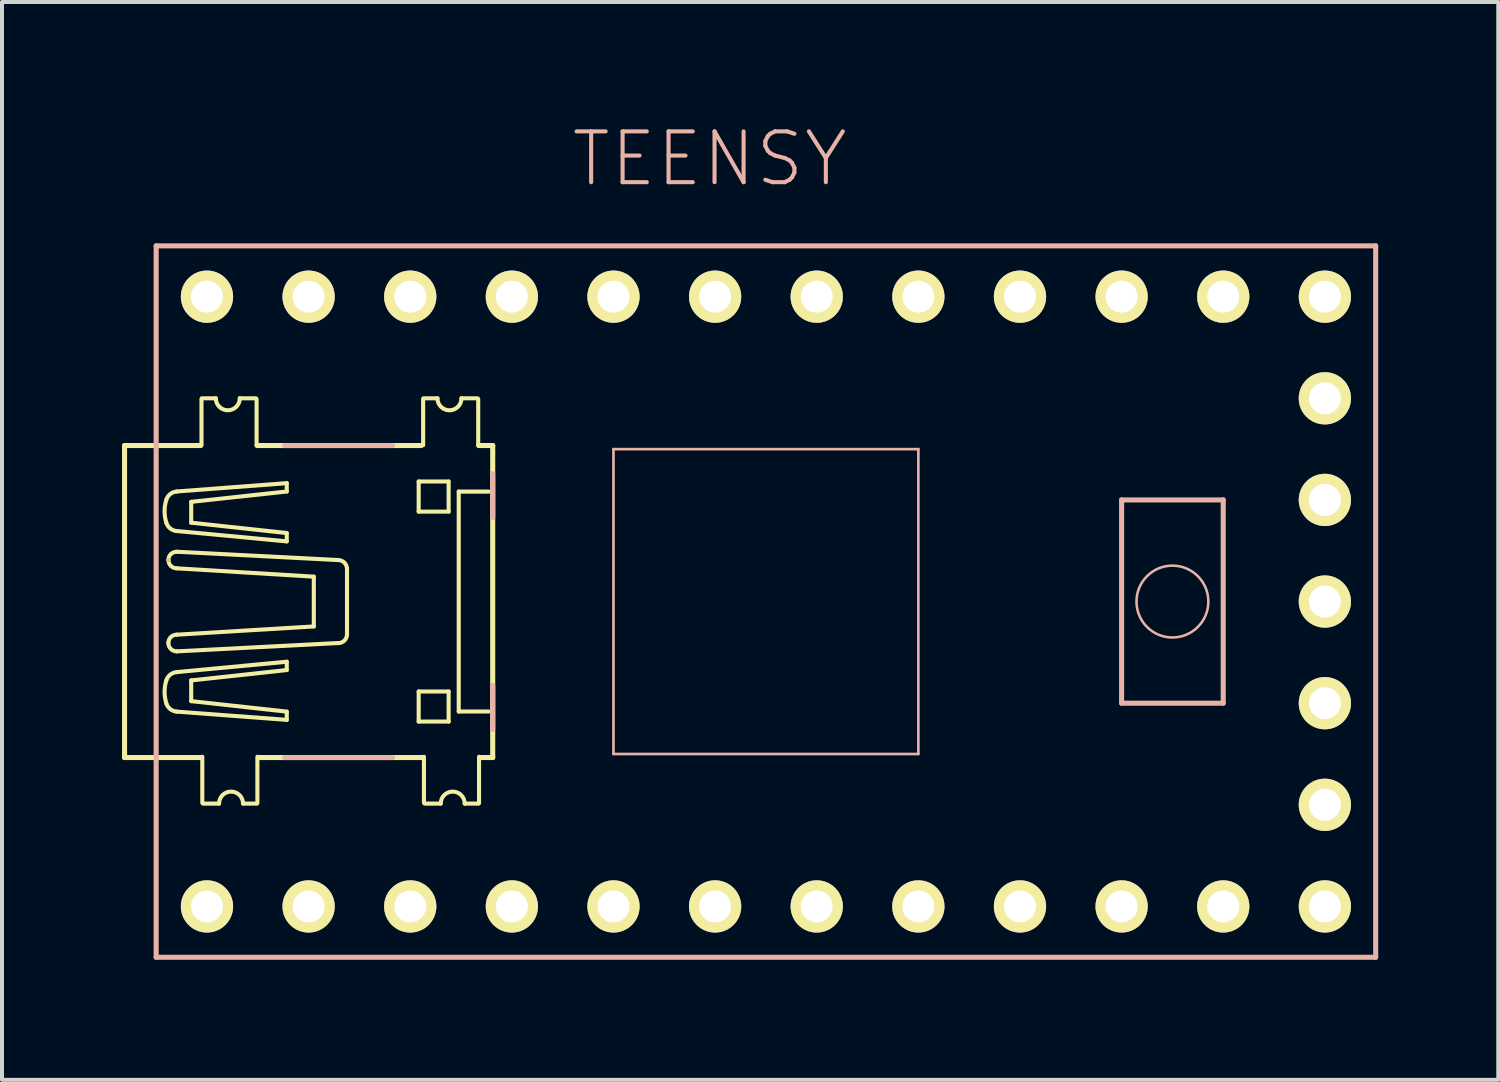
<source format=kicad_pcb>
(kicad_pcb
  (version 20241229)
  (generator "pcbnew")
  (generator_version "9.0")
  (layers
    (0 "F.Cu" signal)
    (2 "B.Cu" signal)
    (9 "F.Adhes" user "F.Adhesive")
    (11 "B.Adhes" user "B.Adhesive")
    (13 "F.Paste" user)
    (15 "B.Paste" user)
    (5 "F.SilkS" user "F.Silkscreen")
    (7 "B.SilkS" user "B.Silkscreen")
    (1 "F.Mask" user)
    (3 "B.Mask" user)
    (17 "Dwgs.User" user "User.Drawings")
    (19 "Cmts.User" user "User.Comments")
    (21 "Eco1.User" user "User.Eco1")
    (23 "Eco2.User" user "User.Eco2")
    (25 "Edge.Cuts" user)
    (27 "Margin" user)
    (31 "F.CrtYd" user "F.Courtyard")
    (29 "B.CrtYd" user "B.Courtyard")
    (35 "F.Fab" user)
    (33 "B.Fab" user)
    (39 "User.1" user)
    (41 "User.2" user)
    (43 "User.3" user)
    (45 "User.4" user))
  (footprint "TEENSY"
    (layer "F.Cu")
    (at 14.823 11.985)
    (property "Reference" "TEENSY" (at -0.135 -11.064 0) (layer "B.SilkS") (effects (font (size 1.27 1.27) (thickness 0.102))))
    (attr exclude_from_pos_files exclude_from_bom)
    (fp_line (start -14.76 -3.899) (end -14.76 3.899) (stroke (width 0.127) (type solid)) (layer "F.SilkS"))
    (fp_line (start -14.76 -3.899) (end -12.857 -3.899) (stroke (width 0.127) (type solid)) (layer "F.SilkS"))
    (fp_line (start -14.76 3.899) (end -12.857 3.899) (stroke (width 0.127) (type solid)) (layer "F.SilkS"))
    (fp_line (start -13.457 -1.763) (end -10.706 -1.504) (stroke (width 0.102) (type solid)) (layer "F.SilkS"))
    (fp_line (start -13.457 -1.245) (end -9.408 -1.036) (stroke (width 0.102) (type solid)) (layer "F.SilkS"))
    (fp_line (start -13.457 -0.831) (end -10.03 -0.622) (stroke (width 0.102) (type solid)) (layer "F.SilkS"))
    (fp_line (start -13.457 0.828) (end -10.03 0.622) (stroke (width 0.102) (type solid)) (layer "F.SilkS"))
    (fp_line (start -13.457 1.245) (end -9.408 1.036) (stroke (width 0.102) (type solid)) (layer "F.SilkS"))
    (fp_line (start -13.457 1.763) (end -10.706 1.504) (stroke (width 0.102) (type solid)) (layer "F.SilkS"))
    (fp_line (start -13.094 -2.492) (end -10.706 -2.751) (stroke (width 0.102) (type solid)) (layer "F.SilkS"))
    (fp_line (start -13.094 -1.971) (end -13.094 -2.492) (stroke (width 0.102) (type solid)) (layer "F.SilkS"))
    (fp_line (start -13.094 1.971) (end -13.094 2.489) (stroke (width 0.102) (type solid)) (layer "F.SilkS"))
    (fp_line (start -13.094 2.489) (end -10.706 2.751) (stroke (width 0.102) (type solid)) (layer "F.SilkS"))
    (fp_line (start -12.837 -3.909) (end -12.837 -5.06) (stroke (width 0.102) (type solid)) (layer "F.SilkS"))
    (fp_line (start -12.83 -5.08) (end -12.479 -5.08) (stroke (width 0.102) (type solid)) (layer "F.SilkS"))
    (fp_line (start -12.817 5.029) (end -12.817 3.879) (stroke (width 0.102) (type solid)) (layer "F.SilkS"))
    (fp_line (start -12.799 5.05) (end -12.398 5.05) (stroke (width 0.102) (type solid)) (layer "F.SilkS"))
    (fp_line (start -11.478 -5.08) (end -11.88 -5.08) (stroke (width 0.102) (type solid)) (layer "F.SilkS"))
    (fp_line (start -11.46 -5.06) (end -11.46 -3.909) (stroke (width 0.102) (type solid)) (layer "F.SilkS"))
    (fp_line (start -11.448 -3.899) (end -7.348 -3.899) (stroke (width 0.127) (type solid)) (layer "F.SilkS"))
    (fp_line (start -11.448 5.05) (end -11.798 5.05) (stroke (width 0.102) (type solid)) (layer "F.SilkS"))
    (fp_line (start -11.44 3.879) (end -11.44 5.029) (stroke (width 0.102) (type solid)) (layer "F.SilkS"))
    (fp_line (start -11.4 3.899) (end -7.3 3.899) (stroke (width 0.127) (type solid)) (layer "F.SilkS"))
    (fp_line (start -10.706 -2.959) (end -13.457 -2.751) (stroke (width 0.102) (type solid)) (layer "F.SilkS"))
    (fp_line (start -10.706 -2.751) (end -10.706 -2.959) (stroke (width 0.102) (type solid)) (layer "F.SilkS"))
    (fp_line (start -10.706 -1.712) (end -13.094 -1.971) (stroke (width 0.102) (type solid)) (layer "F.SilkS"))
    (fp_line (start -10.706 -1.504) (end -10.706 -1.712) (stroke (width 0.102) (type solid)) (layer "F.SilkS"))
    (fp_line (start -10.706 1.504) (end -10.706 1.712) (stroke (width 0.102) (type solid)) (layer "F.SilkS"))
    (fp_line (start -10.706 1.712) (end -13.094 1.971) (stroke (width 0.102) (type solid)) (layer "F.SilkS"))
    (fp_line (start -10.706 2.751) (end -10.706 2.957) (stroke (width 0.102) (type solid)) (layer "F.SilkS"))
    (fp_line (start -10.706 2.957) (end -13.457 2.751) (stroke (width 0.102) (type solid)) (layer "F.SilkS"))
    (fp_line (start -10.03 0.622) (end -10.03 -0.622) (stroke (width 0.102) (type solid)) (layer "F.SilkS"))
    (fp_line (start -9.2 0.828) (end -9.2 -0.831) (stroke (width 0.102) (type solid)) (layer "F.SilkS"))
    (fp_line (start -7.409 -3) (end -6.66 -3) (stroke (width 0.102) (type solid)) (layer "F.SilkS"))
    (fp_line (start -7.409 -2.248) (end -7.409 -3) (stroke (width 0.102) (type solid)) (layer "F.SilkS"))
    (fp_line (start -7.409 2.248) (end -7.409 3) (stroke (width 0.102) (type solid)) (layer "F.SilkS"))
    (fp_line (start -7.409 3) (end -6.66 3) (stroke (width 0.102) (type solid)) (layer "F.SilkS"))
    (fp_line (start -7.297 -3.909) (end -7.297 -5.06) (stroke (width 0.102) (type solid)) (layer "F.SilkS"))
    (fp_line (start -7.29 -5.08) (end -6.939 -5.08) (stroke (width 0.102) (type solid)) (layer "F.SilkS"))
    (fp_line (start -7.277 5.029) (end -7.277 3.879) (stroke (width 0.102) (type solid)) (layer "F.SilkS"))
    (fp_line (start -7.259 5.05) (end -6.858 5.05) (stroke (width 0.102) (type solid)) (layer "F.SilkS"))
    (fp_line (start -6.66 -3) (end -6.66 -2.248) (stroke (width 0.102) (type solid)) (layer "F.SilkS"))
    (fp_line (start -6.66 -2.248) (end -7.409 -2.248) (stroke (width 0.102) (type solid)) (layer "F.SilkS"))
    (fp_line (start -6.66 2.248) (end -7.409 2.248) (stroke (width 0.102) (type solid)) (layer "F.SilkS"))
    (fp_line (start -6.66 3) (end -6.66 2.248) (stroke (width 0.102) (type solid)) (layer "F.SilkS"))
    (fp_line (start -6.408 -2.748) (end -6.408 2.748) (stroke (width 0.102) (type solid)) (layer "F.SilkS"))
    (fp_line (start -6.408 2.748) (end -5.659 2.748) (stroke (width 0.102) (type solid)) (layer "F.SilkS"))
    (fp_line (start -5.939 -5.08) (end -6.34 -5.08) (stroke (width 0.102) (type solid)) (layer "F.SilkS"))
    (fp_line (start -5.921 -5.06) (end -5.921 -3.909) (stroke (width 0.102) (type solid)) (layer "F.SilkS"))
    (fp_line (start -5.908 5.05) (end -6.259 5.05) (stroke (width 0.102) (type solid)) (layer "F.SilkS"))
    (fp_line (start -5.9 3.879) (end -5.9 5.029) (stroke (width 0.102) (type solid)) (layer "F.SilkS"))
    (fp_line (start -5.659 -2.748) (end -6.408 -2.748) (stroke (width 0.102) (type solid)) (layer "F.SilkS"))
    (fp_line (start -5.558 -3.899) (end -5.908 -3.899) (stroke (width 0.127) (type solid)) (layer "F.SilkS"))
    (fp_line (start -5.558 -3.899) (end -5.558 3.899) (stroke (width 0.127) (type solid)) (layer "F.SilkS"))
    (fp_line (start -5.558 3.899) (end -5.86 3.899) (stroke (width 0.127) (type solid)) (layer "F.SilkS"))
    (fp_arc (start -13.716 -2.54254) (mid -13.618304 -2.686403) (end -13.456527 -2.750193) (stroke (width 0.1016) (type solid)) (layer "F.SilkS"))
    (fp_arc (start -13.716 -1.97104) (mid -13.759296 -2.255382) (end -13.717566 -2.539958) (stroke (width 0.1016) (type solid)) (layer "F.SilkS"))
    (fp_arc (start -13.716 1.97104) (mid -13.618304 1.827177) (end -13.456527 1.763387) (stroke (width 0.1016) (type solid)) (layer "F.SilkS"))
    (fp_arc (start -13.716 2.54254) (mid -13.759296 2.258198) (end -13.717566 1.973622) (stroke (width 0.1016) (type solid)) (layer "F.SilkS"))
    (fp_arc (start -13.6652 -1.03632) (mid -13.604196 -1.183596) (end -13.45692 -1.2446) (stroke (width 0.1016) (type solid)) (layer "F.SilkS"))
    (fp_arc (start -13.6652 1.03632) (mid -13.604196 0.889044) (end -13.45692 0.82804) (stroke (width 0.1016) (type solid)) (layer "F.SilkS"))
    (fp_arc (start -13.45692 -1.76276) (mid -13.618982 -1.826881) (end -13.716727 -1.971177) (stroke (width 0.1016) (type solid)) (layer "F.SilkS"))
    (fp_arc (start -13.45692 -0.83058) (mid -13.6024 -0.89084) (end -13.66266 -1.03632) (stroke (width 0.1016) (type solid)) (layer "F.SilkS"))
    (fp_arc (start -13.45692 1.2446) (mid -13.604196 1.183596) (end -13.6652 1.03632) (stroke (width 0.1016) (type solid)) (layer "F.SilkS"))
    (fp_arc (start -13.45692 2.75082) (mid -13.618982 2.686699) (end -13.716727 2.542403) (stroke (width 0.1016) (type solid)) (layer "F.SilkS"))
    (fp_arc (start -12.39774 5.04952) (mid -12.09802 4.7498) (end -11.7983 5.04952) (stroke (width 0.1016) (type solid)) (layer "F.SilkS"))
    (fp_arc (start -11.87958 -5.08) (mid -12.1793 -4.78028) (end -12.47902 -5.08) (stroke (width 0.1016) (type solid)) (layer "F.SilkS"))
    (fp_arc (start -9.40816 -1.03632) (mid -9.26566 -0.972121) (end -9.202346 -0.829227) (stroke (width 0.1016) (type solid)) (layer "F.SilkS"))
    (fp_arc (start -9.19988 0.82804) (mid -9.263032 0.972882) (end -9.40671 1.03864) (stroke (width 0.1016) (type solid)) (layer "F.SilkS"))
    (fp_arc (start -6.858 5.04952) (mid -6.55828 4.7498) (end -6.25856 5.04952) (stroke (width 0.1016) (type solid)) (layer "F.SilkS"))
    (fp_arc (start -6.33984 -5.08) (mid -6.63956 -4.78028) (end -6.93928 -5.08) (stroke (width 0.1016) (type solid)) (layer "F.SilkS"))
    (fp_line (start -13.97 -8.89) (end 16.51 -8.89) (stroke (width 0.127) (type solid)) (layer "B.SilkS"))
    (fp_line (start -13.97 8.89) (end -13.97 -8.89) (stroke (width 0.127) (type solid)) (layer "B.SilkS"))
    (fp_line (start -13.665 -1.036) (end -13.665 -1.036) (stroke (width 0.102) (type solid)) (layer "B.SilkS"))
    (fp_line (start -10.759 -3.899) (end -8.059 -3.899) (stroke (width 0.127) (type solid)) (layer "B.SilkS"))
    (fp_line (start -8.059 3.899) (end -10.759 3.899) (stroke (width 0.127) (type solid)) (layer "B.SilkS"))
    (fp_line (start -5.558 -3.198) (end -5.558 -2.098) (stroke (width 0.127) (type solid)) (layer "B.SilkS"))
    (fp_line (start -5.558 2.098) (end -5.558 3.198) (stroke (width 0.127) (type solid)) (layer "B.SilkS"))
    (fp_line (start -2.54 -3.81) (end 5.08 -3.81) (stroke (width 0.066) (type solid)) (layer "B.SilkS"))
    (fp_line (start -2.54 3.81) (end -2.54 -3.81) (stroke (width 0.066) (type solid)) (layer "B.SilkS"))
    (fp_line (start -2.54 3.81) (end 5.08 3.81) (stroke (width 0.066) (type solid)) (layer "B.SilkS"))
    (fp_line (start 5.08 3.81) (end 5.08 -3.81) (stroke (width 0.066) (type solid)) (layer "B.SilkS"))
    (fp_line (start 10.16 -2.54) (end 12.7 -2.54) (stroke (width 0.127) (type solid)) (layer "B.SilkS"))
    (fp_line (start 10.16 2.54) (end 10.16 -2.54) (stroke (width 0.127) (type solid)) (layer "B.SilkS"))
    (fp_line (start 12.7 -2.54) (end 12.7 2.54) (stroke (width 0.127) (type solid)) (layer "B.SilkS"))
    (fp_line (start 12.7 2.54) (end 10.16 2.54) (stroke (width 0.127) (type solid)) (layer "B.SilkS"))
    (fp_line (start 16.51 -8.89) (end 16.51 8.89) (stroke (width 0.127) (type solid)) (layer "B.SilkS"))
    (fp_line (start 16.51 8.89) (end -13.97 8.89) (stroke (width 0.127) (type solid)) (layer "B.SilkS"))
    (fp_circle (center 11.43 0) (end 12.065 0.635) (stroke (width 0.064) (type solid)) (fill no) (layer "B.SilkS"))
    (pad "B0" thru_hole circle (at -10.16 7.62) (size 1.306 1.306) (drill 0.798) (layers "*.Cu" "F.Mask" "F.SilkS" "F.Paste"))
    (pad "B1" thru_hole circle (at -7.62 7.62) (size 1.306 1.306) (drill 0.798) (layers "*.Cu" "F.Mask" "F.SilkS" "F.Paste"))
    (pad "B2" thru_hole circle (at -5.08 7.62) (size 1.306 1.306) (drill 0.798) (layers "*.Cu" "F.Mask" "F.SilkS" "F.Paste"))
    (pad "B3" thru_hole circle (at -2.54 7.62) (size 1.306 1.306) (drill 0.798) (layers "*.Cu" "F.Mask" "F.SilkS" "F.Paste"))
    (pad "B4" thru_hole circle (at 10.16 -7.62) (size 1.306 1.306) (drill 0.798) (layers "*.Cu" "F.Mask" "F.SilkS" "F.Paste"))
    (pad "B5" thru_hole circle (at 7.62 -7.62) (size 1.306 1.306) (drill 0.798) (layers "*.Cu" "F.Mask" "F.SilkS" "F.Paste"))
    (pad "B6" thru_hole circle (at 5.08 -7.62) (size 1.306 1.306) (drill 0.798) (layers "*.Cu" "F.Mask" "F.SilkS" "F.Paste"))
    (pad "B7" thru_hole circle (at 0 7.62) (size 1.306 1.306) (drill 0.798) (layers "*.Cu" "F.Mask" "F.SilkS" "F.Paste"))
    (pad "C6" thru_hole circle (at 12.7 7.62) (size 1.306 1.306) (drill 0.798) (layers "*.Cu" "F.Mask" "F.SilkS" "F.Paste"))
    (pad "C7" thru_hole circle (at 15.24 7.62) (size 1.306 1.306) (drill 0.798) (layers "*.Cu" "F.Mask" "F.SilkS" "F.Paste"))
    (pad "D0" thru_hole circle (at 2.54 7.62) (size 1.306 1.306) (drill 0.798) (layers "*.Cu" "F.Mask" "F.SilkS" "F.Paste"))
    (pad "D1" thru_hole circle (at 5.08 7.62) (size 1.306 1.306) (drill 0.798) (layers "*.Cu" "F.Mask" "F.SilkS" "F.Paste"))
    (pad "D2" thru_hole circle (at 7.62 7.62) (size 1.306 1.306) (drill 0.798) (layers "*.Cu" "F.Mask" "F.SilkS" "F.Paste"))
    (pad "D3" thru_hole circle (at 10.16 7.62) (size 1.306 1.306) (drill 0.798) (layers "*.Cu" "F.Mask" "F.SilkS" "F.Paste"))
    (pad "D4" thru_hole circle (at 15.24 -5.08) (size 1.306 1.306) (drill 0.798) (layers "*.Cu" "F.Mask" "F.SilkS" "F.Paste"))
    (pad "D5" thru_hole circle (at 15.24 5.08) (size 1.306 1.306) (drill 0.798) (layers "*.Cu" "F.Mask" "F.SilkS" "F.Paste"))
    (pad "D6" thru_hole circle (at 15.24 -7.62) (size 1.306 1.306) (drill 0.798) (layers "*.Cu" "F.Mask" "F.SilkS" "F.Paste"))
    (pad "D7" thru_hole circle (at 12.7 -7.62) (size 1.306 1.306) (drill 0.798) (layers "*.Cu" "F.Mask" "F.SilkS" "F.Paste"))
    (pad "F0" thru_hole circle (at -10.16 -7.62) (size 1.306 1.306) (drill 0.798) (layers "*.Cu" "F.Mask" "F.SilkS" "F.Paste"))
    (pad "F1" thru_hole circle (at -7.62 -7.62) (size 1.306 1.306) (drill 0.798) (layers "*.Cu" "F.Mask" "F.SilkS" "F.Paste"))
    (pad "F4" thru_hole circle (at -5.08 -7.62) (size 1.306 1.306) (drill 0.798) (layers "*.Cu" "F.Mask" "F.SilkS" "F.Paste"))
    (pad "F5" thru_hole circle (at -2.54 -7.62) (size 1.306 1.306) (drill 0.798) (layers "*.Cu" "F.Mask" "F.SilkS" "F.Paste"))
    (pad "F6" thru_hole circle (at 0 -7.62) (size 1.306 1.306) (drill 0.798) (layers "*.Cu" "F.Mask" "F.SilkS" "F.Paste"))
    (pad "F7" thru_hole circle (at 2.54 -7.62) (size 1.306 1.306) (drill 0.798) (layers "*.Cu" "F.Mask" "F.SilkS" "F.Paste"))
    (pad "GND" thru_hole circle (at -12.7 7.62) (size 1.306 1.306) (drill 0.798) (layers "*.Cu" "F.Mask" "F.SilkS" "F.Paste"))
    (pad "GND2" thru_hole circle (at 15.24 0) (size 1.306 1.306) (drill 0.798) (layers "*.Cu" "F.Mask" "F.SilkS" "F.Paste"))
    (pad "RST" thru_hole circle (at 15.24 -2.54) (size 1.306 1.306) (drill 0.798) (layers "*.Cu" "F.Mask" "F.SilkS" "F.Paste"))
    (pad "VCC" thru_hole circle (at 15.24 2.54) (size 1.306 1.306) (drill 0.798) (layers "*.Cu" "F.Mask" "F.SilkS" "F.Paste"))
    (pad "VCC1" thru_hole circle (at -12.7 -7.62) (size 1.306 1.306) (drill 0.798) (layers "*.Cu" "F.Mask" "F.SilkS" "F.Paste")))
  (gr_rect
    (start -3 -3)
    (end 34.397 23.939)
    (stroke (width 0.1) (type default))
    (fill no)
    (layer "Edge.Cuts")))
</source>
